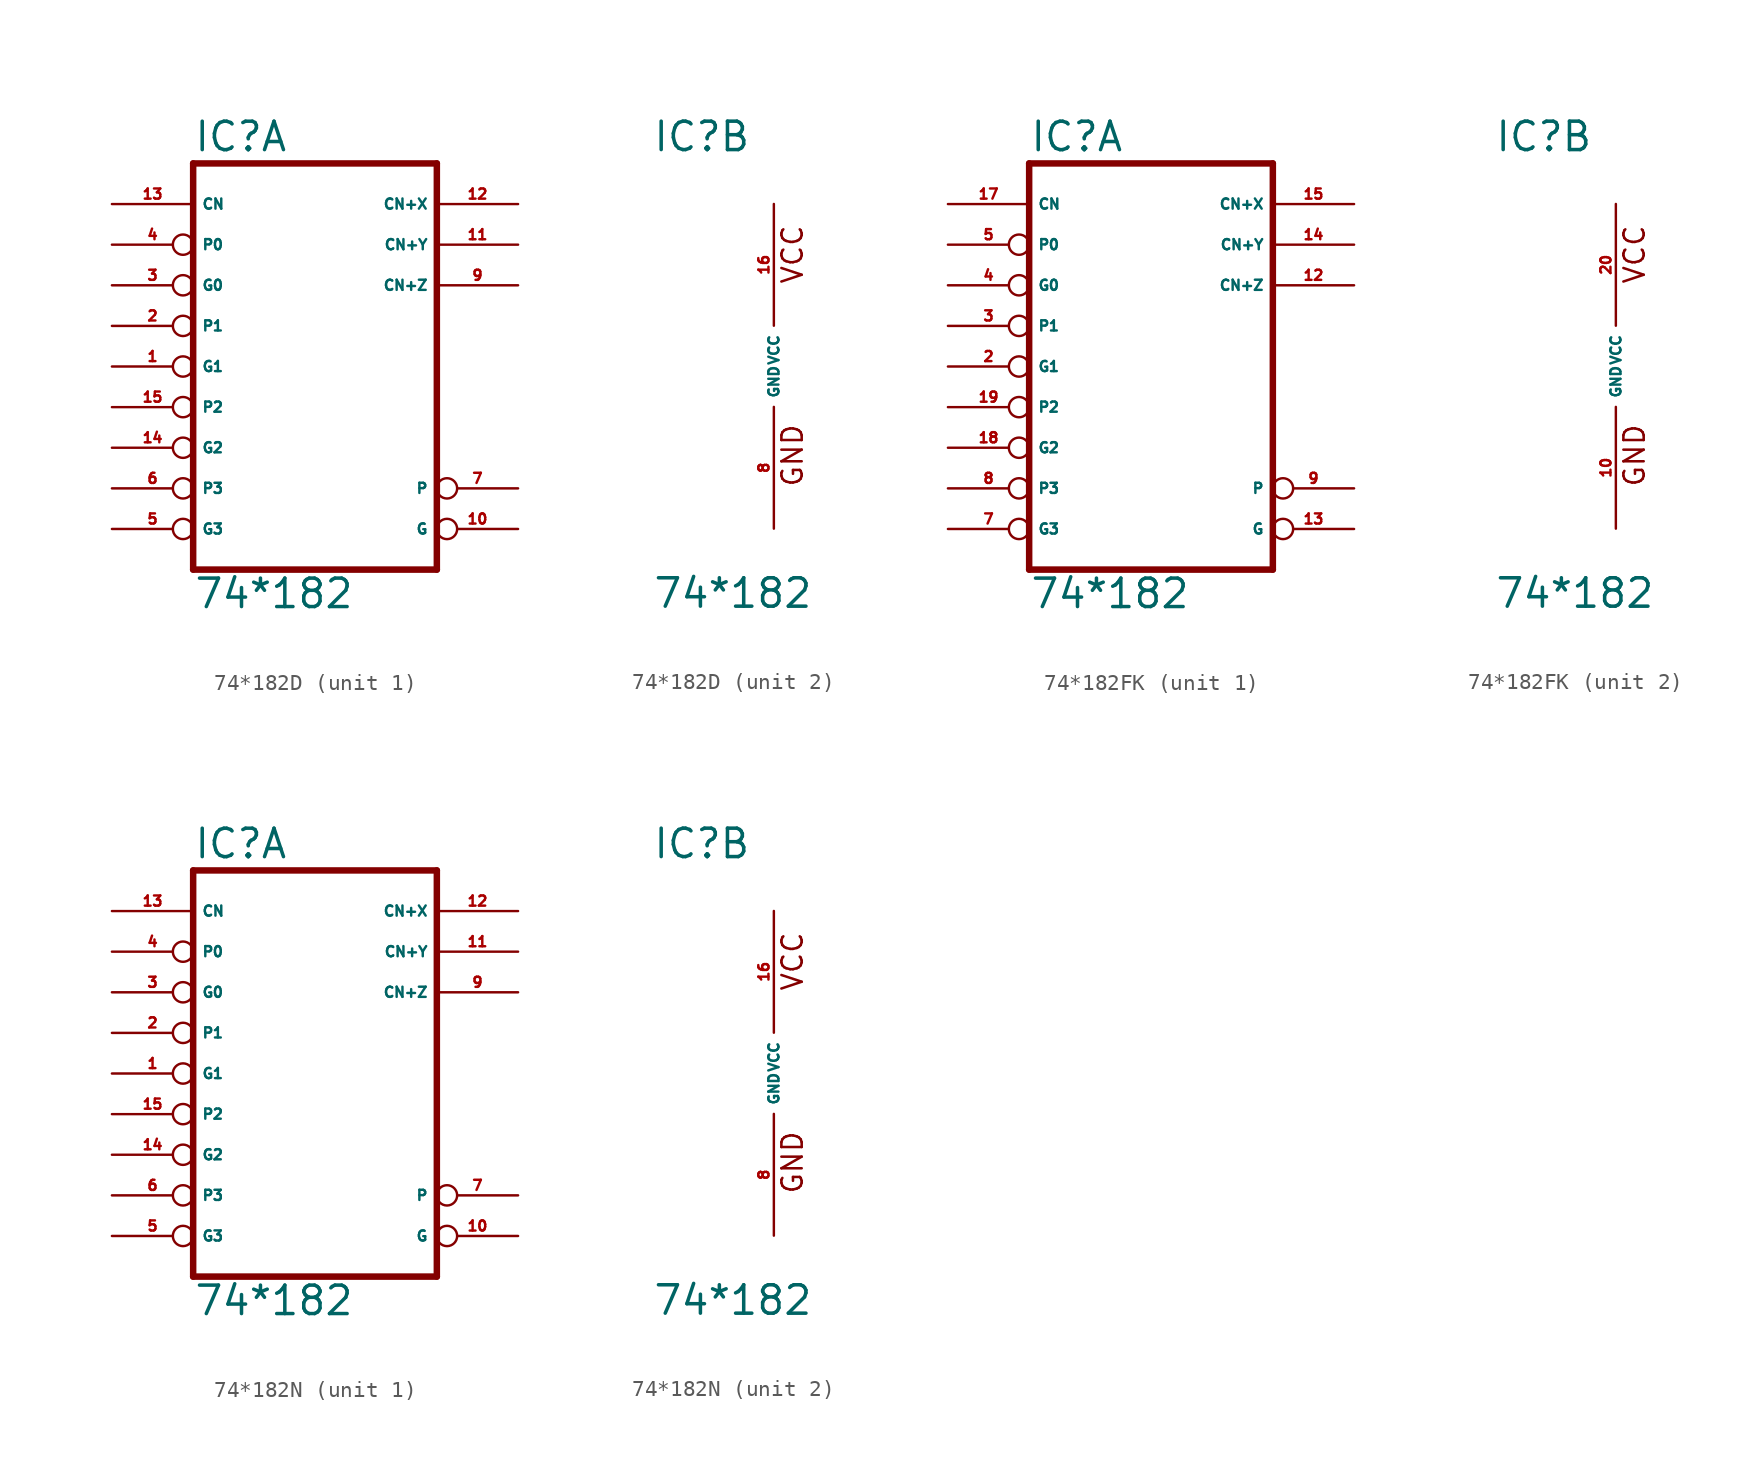
<source format=kicad_sym>
(kicad_symbol_lib
  (version 20220914)
  (generator Eagle2Kicad)
  (symbol "74*182D"
    (property "Reference" "IC"
      (at -7.62 13.335 0)
      (effects (font (size 1.778 1.778) (thickness 0.22)) (justify left bottom)))
    (property "Value" "74*182"
      (at -7.62 -15.24 0)
      (effects (font (size 1.778 1.778) (thickness 0.22)) (justify left bottom)))
    (symbol "74*182D_1_0"
      (polyline (pts (xy -7.62 -12.7) (xy 7.62 -12.7)) (stroke (width 0.406) (type default)) (fill (type none)))
      (polyline (pts (xy 7.62 -12.7) (xy 7.62 12.7)) (stroke (width 0.406) (type default)) (fill (type none)))
      (polyline (pts (xy 7.62 12.7) (xy -7.62 12.7)) (stroke (width 0.406) (type default)) (fill (type none)))
      (polyline (pts (xy -7.62 12.7) (xy -7.62 -12.7)) (stroke (width 0.406) (type default)) (fill (type none)))
      (pin input inverted (at -12.7 0 0) (length 5.08) (name "G1" (effects (font (size 0.635 0.635) (thickness 0.08)) (justify left bottom))) (number "1" (effects (font (size 0.635 0.635) (thickness 0.08)) (justify left bottom))))
      (pin input inverted (at -12.7 2.54 0) (length 5.08) (name "P1" (effects (font (size 0.635 0.635) (thickness 0.08)) (justify left bottom))) (number "2" (effects (font (size 0.635 0.635) (thickness 0.08)) (justify left bottom))))
      (pin input inverted (at -12.7 5.08 0) (length 5.08) (name "G0" (effects (font (size 0.635 0.635) (thickness 0.08)) (justify left bottom))) (number "3" (effects (font (size 0.635 0.635) (thickness 0.08)) (justify left bottom))))
      (pin input inverted (at -12.7 7.62 0) (length 5.08) (name "P0" (effects (font (size 0.635 0.635) (thickness 0.08)) (justify left bottom))) (number "4" (effects (font (size 0.635 0.635) (thickness 0.08)) (justify left bottom))))
      (pin input inverted (at -12.7 -10.16 0) (length 5.08) (name "G3" (effects (font (size 0.635 0.635) (thickness 0.08)) (justify left bottom))) (number "5" (effects (font (size 0.635 0.635) (thickness 0.08)) (justify left bottom))))
      (pin input inverted (at -12.7 -7.62 0) (length 5.08) (name "P3" (effects (font (size 0.635 0.635) (thickness 0.08)) (justify left bottom))) (number "6" (effects (font (size 0.635 0.635) (thickness 0.08)) (justify left bottom))))
      (pin output inverted (at 12.7 -7.62 180) (length 5.08) (name "P" (effects (font (size 0.635 0.635) (thickness 0.08)) (justify left bottom))) (number "7" (effects (font (size 0.635 0.635) (thickness 0.08)) (justify left bottom))))
      (pin output line (at 12.7 5.08 180) (length 5.08) (name "CN+Z" (effects (font (size 0.635 0.635) (thickness 0.08)) (justify left bottom))) (number "9" (effects (font (size 0.635 0.635) (thickness 0.08)) (justify left bottom))))
      (pin output inverted (at 12.7 -10.16 180) (length 5.08) (name "G" (effects (font (size 0.635 0.635) (thickness 0.08)) (justify left bottom))) (number "10" (effects (font (size 0.635 0.635) (thickness 0.08)) (justify left bottom))))
      (pin output line (at 12.7 7.62 180) (length 5.08) (name "CN+Y" (effects (font (size 0.635 0.635) (thickness 0.08)) (justify left bottom))) (number "11" (effects (font (size 0.635 0.635) (thickness 0.08)) (justify left bottom))))
      (pin output line (at 12.7 10.16 180) (length 5.08) (name "CN+X" (effects (font (size 0.635 0.635) (thickness 0.08)) (justify left bottom))) (number "12" (effects (font (size 0.635 0.635) (thickness 0.08)) (justify left bottom))))
      (pin input line (at -12.7 10.16 0) (length 5.08) (name "CN" (effects (font (size 0.635 0.635) (thickness 0.08)) (justify left bottom))) (number "13" (effects (font (size 0.635 0.635) (thickness 0.08)) (justify left bottom))))
      (pin input inverted (at -12.7 -5.08 0) (length 5.08) (name "G2" (effects (font (size 0.635 0.635) (thickness 0.08)) (justify left bottom))) (number "14" (effects (font (size 0.635 0.635) (thickness 0.08)) (justify left bottom))))
      (pin input inverted (at -12.7 -2.54 0) (length 5.08) (name "P2" (effects (font (size 0.635 0.635) (thickness 0.08)) (justify left bottom))) (number "15" (effects (font (size 0.635 0.635) (thickness 0.08)) (justify left bottom)))))
    (symbol "74*182D_2_0"
      (text "GND" (at 1.905 -7.62 900) (effects (font (size 1.27 1.27) (thickness 0.16)) (justify left bottom)))
      (text "VCC" (at 1.905 5.08 900) (effects (font (size 1.27 1.27) (thickness 0.16)) (justify left bottom)))
      (pin unspecified line (at 0 -10.16 90) (length 7.62) (name "GND" (effects (font (size 0.635 0.635) (thickness 0.08)) (justify left bottom))) (number "8" (effects (font (size 0.635 0.635) (thickness 0.08)) (justify left bottom))))
      (pin unspecified line (at 0 10.16 270) (length 7.62) (name "VCC" (effects (font (size 0.635 0.635) (thickness 0.08)) (justify left bottom))) (number "16" (effects (font (size 0.635 0.635) (thickness 0.08)) (justify left bottom))))))
  (symbol "74*182FK"
    (property "Reference" "IC"
      (at -7.62 13.335 0)
      (effects (font (size 1.778 1.778) (thickness 0.22)) (justify left bottom)))
    (property "Value" "74*182"
      (at -7.62 -15.24 0)
      (effects (font (size 1.778 1.778) (thickness 0.22)) (justify left bottom)))
    (symbol "74*182FK_1_0"
      (polyline (pts (xy -7.62 -12.7) (xy 7.62 -12.7)) (stroke (width 0.406) (type default)) (fill (type none)))
      (polyline (pts (xy 7.62 -12.7) (xy 7.62 12.7)) (stroke (width 0.406) (type default)) (fill (type none)))
      (polyline (pts (xy 7.62 12.7) (xy -7.62 12.7)) (stroke (width 0.406) (type default)) (fill (type none)))
      (polyline (pts (xy -7.62 12.7) (xy -7.62 -12.7)) (stroke (width 0.406) (type default)) (fill (type none)))
      (pin input inverted (at -12.7 0 0) (length 5.08) (name "G1" (effects (font (size 0.635 0.635) (thickness 0.08)) (justify left bottom))) (number "2" (effects (font (size 0.635 0.635) (thickness 0.08)) (justify left bottom))))
      (pin input inverted (at -12.7 2.54 0) (length 5.08) (name "P1" (effects (font (size 0.635 0.635) (thickness 0.08)) (justify left bottom))) (number "3" (effects (font (size 0.635 0.635) (thickness 0.08)) (justify left bottom))))
      (pin input inverted (at -12.7 5.08 0) (length 5.08) (name "G0" (effects (font (size 0.635 0.635) (thickness 0.08)) (justify left bottom))) (number "4" (effects (font (size 0.635 0.635) (thickness 0.08)) (justify left bottom))))
      (pin input inverted (at -12.7 7.62 0) (length 5.08) (name "P0" (effects (font (size 0.635 0.635) (thickness 0.08)) (justify left bottom))) (number "5" (effects (font (size 0.635 0.635) (thickness 0.08)) (justify left bottom))))
      (pin input inverted (at -12.7 -10.16 0) (length 5.08) (name "G3" (effects (font (size 0.635 0.635) (thickness 0.08)) (justify left bottom))) (number "7" (effects (font (size 0.635 0.635) (thickness 0.08)) (justify left bottom))))
      (pin input inverted (at -12.7 -7.62 0) (length 5.08) (name "P3" (effects (font (size 0.635 0.635) (thickness 0.08)) (justify left bottom))) (number "8" (effects (font (size 0.635 0.635) (thickness 0.08)) (justify left bottom))))
      (pin output inverted (at 12.7 -7.62 180) (length 5.08) (name "P" (effects (font (size 0.635 0.635) (thickness 0.08)) (justify left bottom))) (number "9" (effects (font (size 0.635 0.635) (thickness 0.08)) (justify left bottom))))
      (pin output line (at 12.7 5.08 180) (length 5.08) (name "CN+Z" (effects (font (size 0.635 0.635) (thickness 0.08)) (justify left bottom))) (number "12" (effects (font (size 0.635 0.635) (thickness 0.08)) (justify left bottom))))
      (pin output inverted (at 12.7 -10.16 180) (length 5.08) (name "G" (effects (font (size 0.635 0.635) (thickness 0.08)) (justify left bottom))) (number "13" (effects (font (size 0.635 0.635) (thickness 0.08)) (justify left bottom))))
      (pin output line (at 12.7 7.62 180) (length 5.08) (name "CN+Y" (effects (font (size 0.635 0.635) (thickness 0.08)) (justify left bottom))) (number "14" (effects (font (size 0.635 0.635) (thickness 0.08)) (justify left bottom))))
      (pin output line (at 12.7 10.16 180) (length 5.08) (name "CN+X" (effects (font (size 0.635 0.635) (thickness 0.08)) (justify left bottom))) (number "15" (effects (font (size 0.635 0.635) (thickness 0.08)) (justify left bottom))))
      (pin input line (at -12.7 10.16 0) (length 5.08) (name "CN" (effects (font (size 0.635 0.635) (thickness 0.08)) (justify left bottom))) (number "17" (effects (font (size 0.635 0.635) (thickness 0.08)) (justify left bottom))))
      (pin input inverted (at -12.7 -5.08 0) (length 5.08) (name "G2" (effects (font (size 0.635 0.635) (thickness 0.08)) (justify left bottom))) (number "18" (effects (font (size 0.635 0.635) (thickness 0.08)) (justify left bottom))))
      (pin input inverted (at -12.7 -2.54 0) (length 5.08) (name "P2" (effects (font (size 0.635 0.635) (thickness 0.08)) (justify left bottom))) (number "19" (effects (font (size 0.635 0.635) (thickness 0.08)) (justify left bottom)))))
    (symbol "74*182FK_2_0"
      (text "GND" (at 1.905 -7.62 900) (effects (font (size 1.27 1.27) (thickness 0.16)) (justify left bottom)))
      (text "VCC" (at 1.905 5.08 900) (effects (font (size 1.27 1.27) (thickness 0.16)) (justify left bottom)))
      (pin unspecified line (at 0 -10.16 90) (length 7.62) (name "GND" (effects (font (size 0.635 0.635) (thickness 0.08)) (justify left bottom))) (number "10" (effects (font (size 0.635 0.635) (thickness 0.08)) (justify left bottom))))
      (pin unspecified line (at 0 10.16 270) (length 7.62) (name "VCC" (effects (font (size 0.635 0.635) (thickness 0.08)) (justify left bottom))) (number "20" (effects (font (size 0.635 0.635) (thickness 0.08)) (justify left bottom))))))
  (symbol "74*182N"
    (property "Reference" "IC"
      (at -7.62 13.335 0)
      (effects (font (size 1.778 1.778) (thickness 0.22)) (justify left bottom)))
    (property "Value" "74*182"
      (at -7.62 -15.24 0)
      (effects (font (size 1.778 1.778) (thickness 0.22)) (justify left bottom)))
    (symbol "74*182N_1_0"
      (polyline (pts (xy -7.62 -12.7) (xy 7.62 -12.7)) (stroke (width 0.406) (type default)) (fill (type none)))
      (polyline (pts (xy 7.62 -12.7) (xy 7.62 12.7)) (stroke (width 0.406) (type default)) (fill (type none)))
      (polyline (pts (xy 7.62 12.7) (xy -7.62 12.7)) (stroke (width 0.406) (type default)) (fill (type none)))
      (polyline (pts (xy -7.62 12.7) (xy -7.62 -12.7)) (stroke (width 0.406) (type default)) (fill (type none)))
      (pin input inverted (at -12.7 0 0) (length 5.08) (name "G1" (effects (font (size 0.635 0.635) (thickness 0.08)) (justify left bottom))) (number "1" (effects (font (size 0.635 0.635) (thickness 0.08)) (justify left bottom))))
      (pin input inverted (at -12.7 2.54 0) (length 5.08) (name "P1" (effects (font (size 0.635 0.635) (thickness 0.08)) (justify left bottom))) (number "2" (effects (font (size 0.635 0.635) (thickness 0.08)) (justify left bottom))))
      (pin input inverted (at -12.7 5.08 0) (length 5.08) (name "G0" (effects (font (size 0.635 0.635) (thickness 0.08)) (justify left bottom))) (number "3" (effects (font (size 0.635 0.635) (thickness 0.08)) (justify left bottom))))
      (pin input inverted (at -12.7 7.62 0) (length 5.08) (name "P0" (effects (font (size 0.635 0.635) (thickness 0.08)) (justify left bottom))) (number "4" (effects (font (size 0.635 0.635) (thickness 0.08)) (justify left bottom))))
      (pin input inverted (at -12.7 -10.16 0) (length 5.08) (name "G3" (effects (font (size 0.635 0.635) (thickness 0.08)) (justify left bottom))) (number "5" (effects (font (size 0.635 0.635) (thickness 0.08)) (justify left bottom))))
      (pin input inverted (at -12.7 -7.62 0) (length 5.08) (name "P3" (effects (font (size 0.635 0.635) (thickness 0.08)) (justify left bottom))) (number "6" (effects (font (size 0.635 0.635) (thickness 0.08)) (justify left bottom))))
      (pin output inverted (at 12.7 -7.62 180) (length 5.08) (name "P" (effects (font (size 0.635 0.635) (thickness 0.08)) (justify left bottom))) (number "7" (effects (font (size 0.635 0.635) (thickness 0.08)) (justify left bottom))))
      (pin output line (at 12.7 5.08 180) (length 5.08) (name "CN+Z" (effects (font (size 0.635 0.635) (thickness 0.08)) (justify left bottom))) (number "9" (effects (font (size 0.635 0.635) (thickness 0.08)) (justify left bottom))))
      (pin output inverted (at 12.7 -10.16 180) (length 5.08) (name "G" (effects (font (size 0.635 0.635) (thickness 0.08)) (justify left bottom))) (number "10" (effects (font (size 0.635 0.635) (thickness 0.08)) (justify left bottom))))
      (pin output line (at 12.7 7.62 180) (length 5.08) (name "CN+Y" (effects (font (size 0.635 0.635) (thickness 0.08)) (justify left bottom))) (number "11" (effects (font (size 0.635 0.635) (thickness 0.08)) (justify left bottom))))
      (pin output line (at 12.7 10.16 180) (length 5.08) (name "CN+X" (effects (font (size 0.635 0.635) (thickness 0.08)) (justify left bottom))) (number "12" (effects (font (size 0.635 0.635) (thickness 0.08)) (justify left bottom))))
      (pin input line (at -12.7 10.16 0) (length 5.08) (name "CN" (effects (font (size 0.635 0.635) (thickness 0.08)) (justify left bottom))) (number "13" (effects (font (size 0.635 0.635) (thickness 0.08)) (justify left bottom))))
      (pin input inverted (at -12.7 -5.08 0) (length 5.08) (name "G2" (effects (font (size 0.635 0.635) (thickness 0.08)) (justify left bottom))) (number "14" (effects (font (size 0.635 0.635) (thickness 0.08)) (justify left bottom))))
      (pin input inverted (at -12.7 -2.54 0) (length 5.08) (name "P2" (effects (font (size 0.635 0.635) (thickness 0.08)) (justify left bottom))) (number "15" (effects (font (size 0.635 0.635) (thickness 0.08)) (justify left bottom)))))
    (symbol "74*182N_2_0"
      (text "GND" (at 1.905 -7.62 900) (effects (font (size 1.27 1.27) (thickness 0.16)) (justify left bottom)))
      (text "VCC" (at 1.905 5.08 900) (effects (font (size 1.27 1.27) (thickness 0.16)) (justify left bottom)))
      (pin unspecified line (at 0 -10.16 90) (length 7.62) (name "GND" (effects (font (size 0.635 0.635) (thickness 0.08)) (justify left bottom))) (number "8" (effects (font (size 0.635 0.635) (thickness 0.08)) (justify left bottom))))
      (pin unspecified line (at 0 10.16 270) (length 7.62) (name "VCC" (effects (font (size 0.635 0.635) (thickness 0.08)) (justify left bottom))) (number "16" (effects (font (size 0.635 0.635) (thickness 0.08)) (justify left bottom)))))))
</source>
